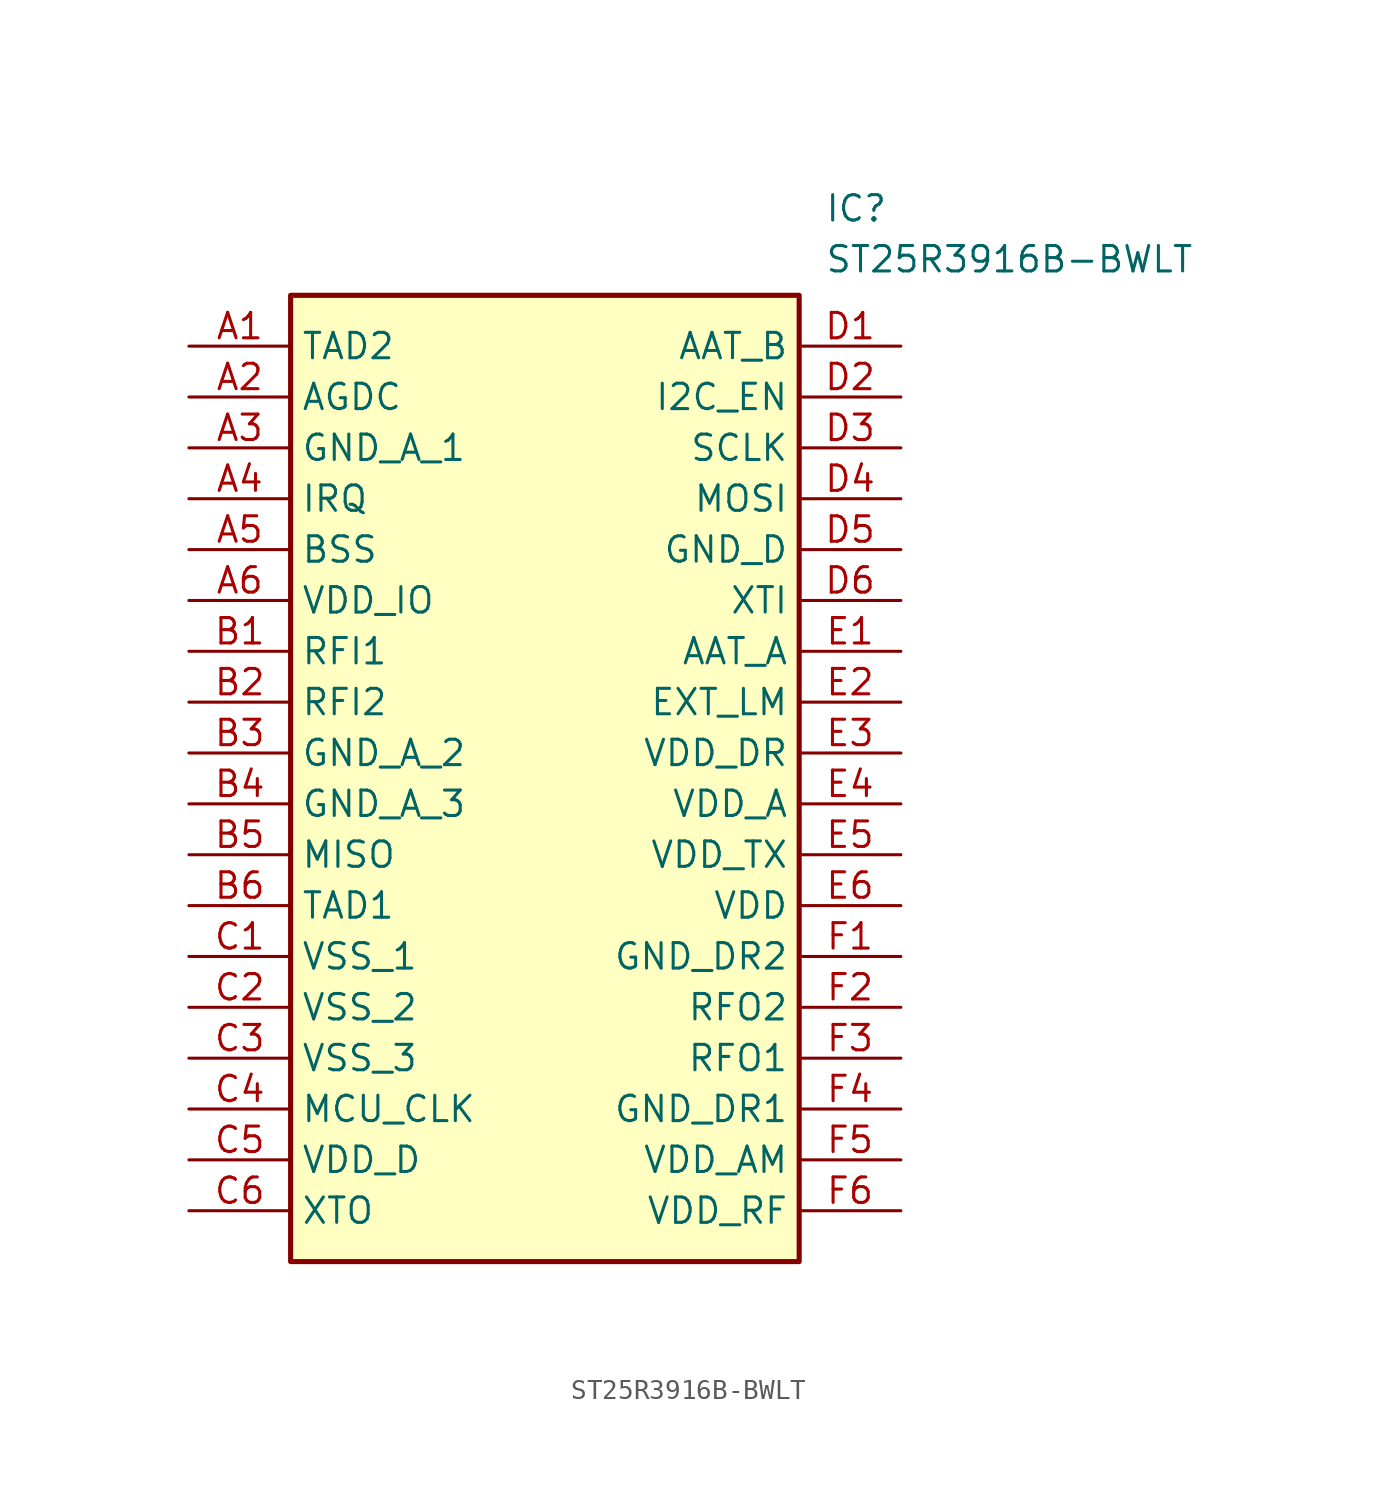
<source format=kicad_sym>
(kicad_symbol_lib
  (version 20211014)
  (generator SamacSys_ECAD_Model)
  (symbol "ST25R3916B-BWLT"
    (property "Reference" "IC"
      (at 31.75 7.62 0)
      (effects (font (size 1.27 1.27)) (justify left top)))
    (property "Value" "ST25R3916B-BWLT"
      (at 31.75 5.08 0)
      (effects (font (size 1.27 1.27)) (justify left top)))
    (rectangle
      (start 5.08 2.54)
      (end 30.48 -45.72)
      (stroke (width 0.254) (type default))
      (fill (type background)))
    (pin passive line
      (at 0 0 0)
      (length 5.08)
      (name "TAD2" (effects (font (size 1.27 1.27))))
      (number "A1" (effects (font (size 1.27 1.27)))))
    (pin passive line
      (at 0 -2.54 0)
      (length 5.08)
      (name "AGDC" (effects (font (size 1.27 1.27))))
      (number "A2" (effects (font (size 1.27 1.27)))))
    (pin passive line
      (at 0 -5.08 0)
      (length 5.08)
      (name "GND_A_1" (effects (font (size 1.27 1.27))))
      (number "A3" (effects (font (size 1.27 1.27)))))
    (pin passive line
      (at 0 -7.62 0)
      (length 5.08)
      (name "IRQ" (effects (font (size 1.27 1.27))))
      (number "A4" (effects (font (size 1.27 1.27)))))
    (pin passive line
      (at 0 -10.16 0)
      (length 5.08)
      (name "BSS" (effects (font (size 1.27 1.27))))
      (number "A5" (effects (font (size 1.27 1.27)))))
    (pin passive line
      (at 0 -12.7 0)
      (length 5.08)
      (name "VDD_IO" (effects (font (size 1.27 1.27))))
      (number "A6" (effects (font (size 1.27 1.27)))))
    (pin passive line
      (at 0 -15.24 0)
      (length 5.08)
      (name "RFI1" (effects (font (size 1.27 1.27))))
      (number "B1" (effects (font (size 1.27 1.27)))))
    (pin passive line
      (at 0 -17.78 0)
      (length 5.08)
      (name "RFI2" (effects (font (size 1.27 1.27))))
      (number "B2" (effects (font (size 1.27 1.27)))))
    (pin passive line
      (at 0 -20.32 0)
      (length 5.08)
      (name "GND_A_2" (effects (font (size 1.27 1.27))))
      (number "B3" (effects (font (size 1.27 1.27)))))
    (pin passive line
      (at 0 -22.86 0)
      (length 5.08)
      (name "GND_A_3" (effects (font (size 1.27 1.27))))
      (number "B4" (effects (font (size 1.27 1.27)))))
    (pin passive line
      (at 0 -25.4 0)
      (length 5.08)
      (name "MISO" (effects (font (size 1.27 1.27))))
      (number "B5" (effects (font (size 1.27 1.27)))))
    (pin passive line
      (at 0 -27.94 0)
      (length 5.08)
      (name "TAD1" (effects (font (size 1.27 1.27))))
      (number "B6" (effects (font (size 1.27 1.27)))))
    (pin passive line
      (at 0 -30.48 0)
      (length 5.08)
      (name "VSS_1" (effects (font (size 1.27 1.27))))
      (number "C1" (effects (font (size 1.27 1.27)))))
    (pin passive line
      (at 0 -33.02 0)
      (length 5.08)
      (name "VSS_2" (effects (font (size 1.27 1.27))))
      (number "C2" (effects (font (size 1.27 1.27)))))
    (pin passive line
      (at 0 -35.56 0)
      (length 5.08)
      (name "VSS_3" (effects (font (size 1.27 1.27))))
      (number "C3" (effects (font (size 1.27 1.27)))))
    (pin passive line
      (at 0 -38.1 0)
      (length 5.08)
      (name "MCU_CLK" (effects (font (size 1.27 1.27))))
      (number "C4" (effects (font (size 1.27 1.27)))))
    (pin passive line
      (at 0 -40.64 0)
      (length 5.08)
      (name "VDD_D" (effects (font (size 1.27 1.27))))
      (number "C5" (effects (font (size 1.27 1.27)))))
    (pin passive line
      (at 0 -43.18 0)
      (length 5.08)
      (name "XTO" (effects (font (size 1.27 1.27))))
      (number "C6" (effects (font (size 1.27 1.27)))))
    (pin passive line
      (at 35.56 0 180)
      (length 5.08)
      (name "AAT_B" (effects (font (size 1.27 1.27))))
      (number "D1" (effects (font (size 1.27 1.27)))))
    (pin passive line
      (at 35.56 -2.54 180)
      (length 5.08)
      (name "I2C_EN" (effects (font (size 1.27 1.27))))
      (number "D2" (effects (font (size 1.27 1.27)))))
    (pin passive line
      (at 35.56 -5.08 180)
      (length 5.08)
      (name "SCLK" (effects (font (size 1.27 1.27))))
      (number "D3" (effects (font (size 1.27 1.27)))))
    (pin passive line
      (at 35.56 -7.62 180)
      (length 5.08)
      (name "MOSI" (effects (font (size 1.27 1.27))))
      (number "D4" (effects (font (size 1.27 1.27)))))
    (pin passive line
      (at 35.56 -10.16 180)
      (length 5.08)
      (name "GND_D" (effects (font (size 1.27 1.27))))
      (number "D5" (effects (font (size 1.27 1.27)))))
    (pin passive line
      (at 35.56 -12.7 180)
      (length 5.08)
      (name "XTI" (effects (font (size 1.27 1.27))))
      (number "D6" (effects (font (size 1.27 1.27)))))
    (pin passive line
      (at 35.56 -15.24 180)
      (length 5.08)
      (name "AAT_A" (effects (font (size 1.27 1.27))))
      (number "E1" (effects (font (size 1.27 1.27)))))
    (pin passive line
      (at 35.56 -17.78 180)
      (length 5.08)
      (name "EXT_LM" (effects (font (size 1.27 1.27))))
      (number "E2" (effects (font (size 1.27 1.27)))))
    (pin passive line
      (at 35.56 -20.32 180)
      (length 5.08)
      (name "VDD_DR" (effects (font (size 1.27 1.27))))
      (number "E3" (effects (font (size 1.27 1.27)))))
    (pin passive line
      (at 35.56 -22.86 180)
      (length 5.08)
      (name "VDD_A" (effects (font (size 1.27 1.27))))
      (number "E4" (effects (font (size 1.27 1.27)))))
    (pin passive line
      (at 35.56 -25.4 180)
      (length 5.08)
      (name "VDD_TX" (effects (font (size 1.27 1.27))))
      (number "E5" (effects (font (size 1.27 1.27)))))
    (pin passive line
      (at 35.56 -27.94 180)
      (length 5.08)
      (name "VDD" (effects (font (size 1.27 1.27))))
      (number "E6" (effects (font (size 1.27 1.27)))))
    (pin passive line
      (at 35.56 -30.48 180)
      (length 5.08)
      (name "GND_DR2" (effects (font (size 1.27 1.27))))
      (number "F1" (effects (font (size 1.27 1.27)))))
    (pin passive line
      (at 35.56 -33.02 180)
      (length 5.08)
      (name "RFO2" (effects (font (size 1.27 1.27))))
      (number "F2" (effects (font (size 1.27 1.27)))))
    (pin passive line
      (at 35.56 -35.56 180)
      (length 5.08)
      (name "RFO1" (effects (font (size 1.27 1.27))))
      (number "F3" (effects (font (size 1.27 1.27)))))
    (pin passive line
      (at 35.56 -38.1 180)
      (length 5.08)
      (name "GND_DR1" (effects (font (size 1.27 1.27))))
      (number "F4" (effects (font (size 1.27 1.27)))))
    (pin passive line
      (at 35.56 -40.64 180)
      (length 5.08)
      (name "VDD_AM" (effects (font (size 1.27 1.27))))
      (number "F5" (effects (font (size 1.27 1.27)))))
    (pin passive line
      (at 35.56 -43.18 180)
      (length 5.08)
      (name "VDD_RF" (effects (font (size 1.27 1.27))))
      (number "F6" (effects (font (size 1.27 1.27)))))))
</source>
